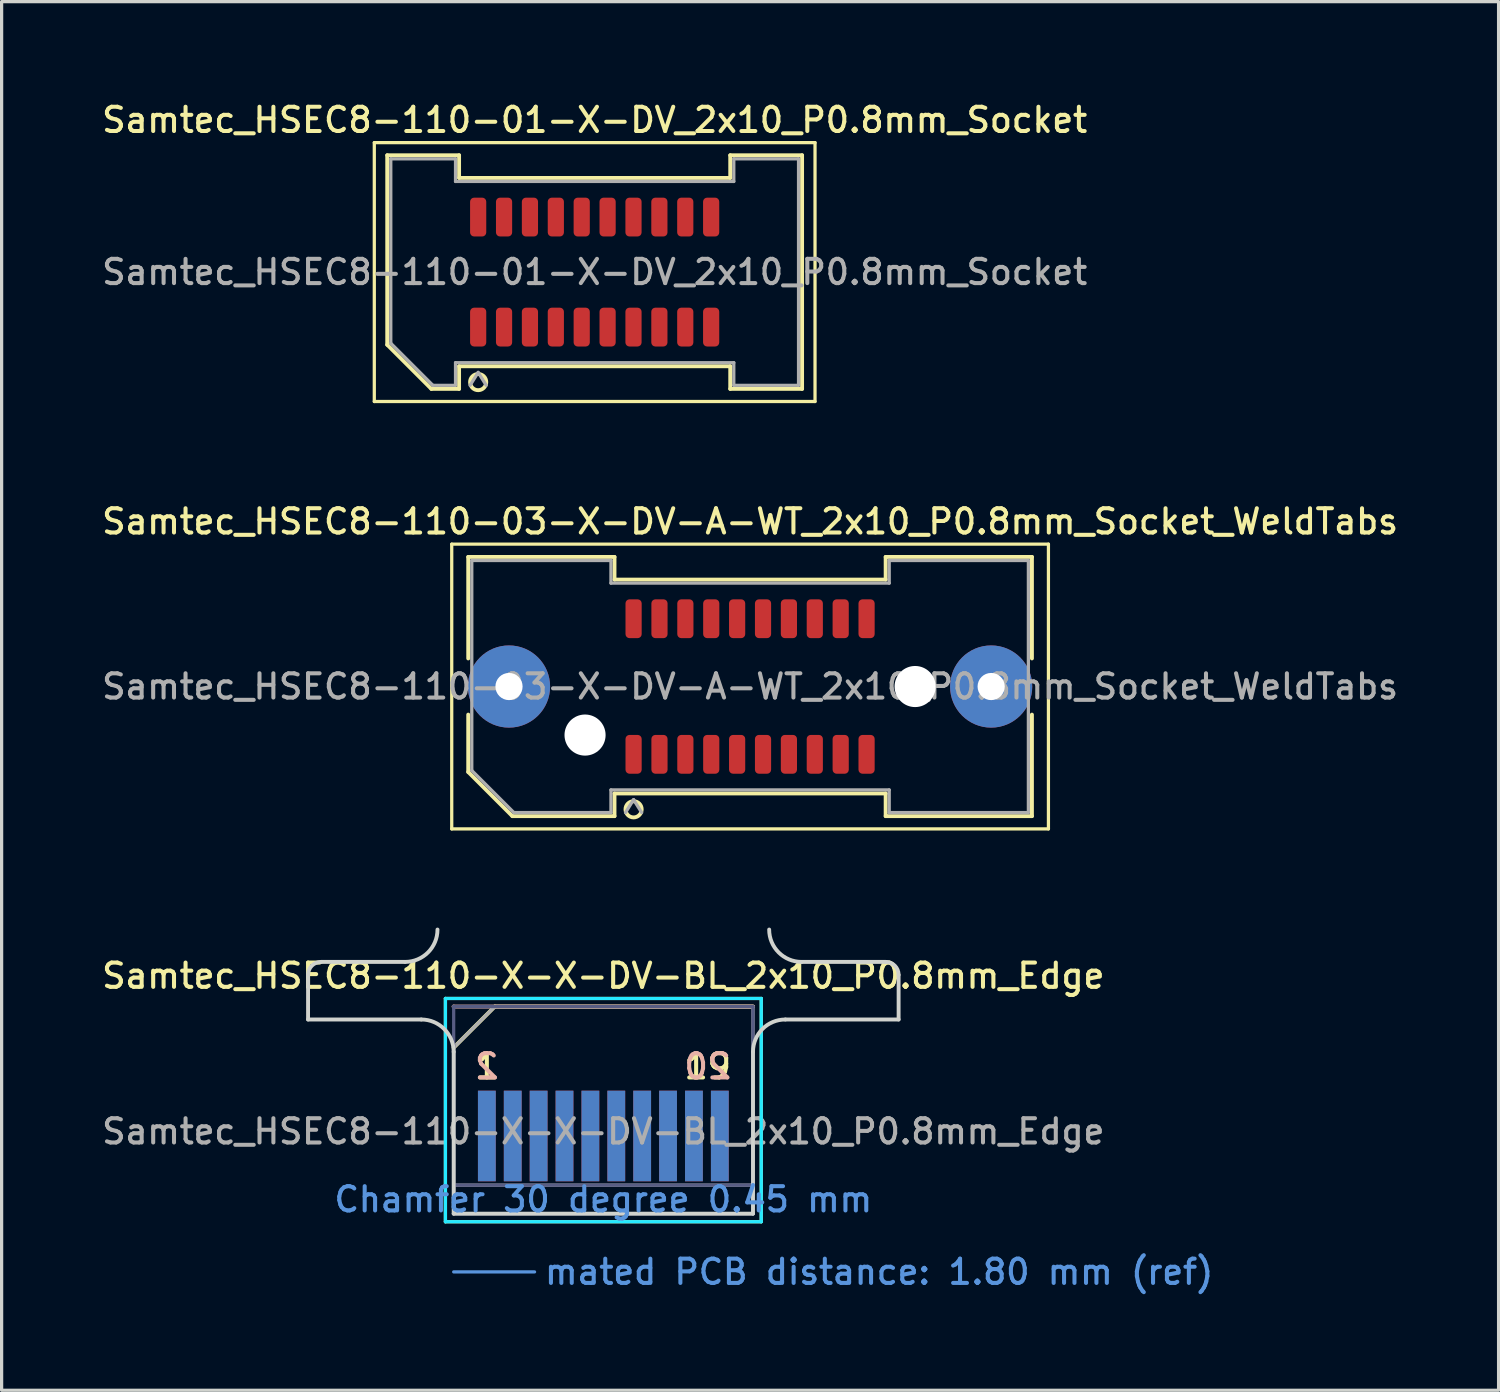
<source format=kicad_pcb>
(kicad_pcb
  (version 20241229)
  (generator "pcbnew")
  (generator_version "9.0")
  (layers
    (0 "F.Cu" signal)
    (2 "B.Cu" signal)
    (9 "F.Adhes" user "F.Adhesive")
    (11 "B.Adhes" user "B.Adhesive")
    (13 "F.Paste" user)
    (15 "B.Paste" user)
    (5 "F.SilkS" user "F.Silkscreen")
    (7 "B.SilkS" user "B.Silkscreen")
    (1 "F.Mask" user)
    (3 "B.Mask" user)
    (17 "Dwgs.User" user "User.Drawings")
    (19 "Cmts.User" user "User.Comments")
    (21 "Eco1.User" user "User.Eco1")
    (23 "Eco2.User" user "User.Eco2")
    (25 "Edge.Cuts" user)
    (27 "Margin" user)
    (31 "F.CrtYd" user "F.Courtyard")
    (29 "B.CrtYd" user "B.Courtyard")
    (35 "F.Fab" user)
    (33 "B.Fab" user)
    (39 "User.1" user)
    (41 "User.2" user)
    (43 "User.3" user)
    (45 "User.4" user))
  (footprint "Samtec_HSEC8-110-X-X-DV-BL_2x10_P0.8mm_Edge"
    (layer "F.Cu")
    (at 15.595 34.456)
    (property "Reference" "Samtec_HSEC8-110-X-X-DV-BL_2x10_P0.8mm_Edge" (at 0 -7.35 0) (layer "F.SilkS") (effects (font (size 0.75 0.75) (thickness 0.125))))
    (attr exclude_from_pos_files exclude_from_bom)
    (fp_line (start -4.88 -6.65) (end -4.88 0.25) (stroke (width 0.1) (type solid)) (layer "F.SilkS"))
    (fp_line (start -4.88 0.25) (end 4.88 0.25) (stroke (width 0.1) (type solid)) (layer "F.SilkS"))
    (fp_line (start -4.625 -5.13) (end -3.355 -6.4) (stroke (width 0.12) (type solid)) (layer "F.SilkS"))
    (fp_line (start -3.355 -6.4) (end 4.625 -6.4) (stroke (width 0.12) (type solid)) (layer "F.SilkS"))
    (fp_line (start 4.88 -6.65) (end -4.88 -6.65) (stroke (width 0.1) (type solid)) (layer "F.SilkS"))
    (fp_line (start 4.88 0.25) (end 4.88 -6.65) (stroke (width 0.1) (type solid)) (layer "F.SilkS"))
    (fp_line (start -4.625 -6.4) (end -4.625 -6.4) (stroke (width 0.12) (type solid)) (layer "B.SilkS"))
    (fp_line (start -4.625 -6.4) (end 4.625 -6.4) (stroke (width 0.12) (type solid)) (layer "B.SilkS"))
    (fp_line (start -4.625 1.8) (end -2.125 1.8) (stroke (width 0.1) (type solid)) (layer "Cmts.User"))
    (fp_line (start -9.125 -6) (end -9.125 -7.38) (stroke (width 0.12) (type solid)) (layer "Edge.Cuts"))
    (fp_line (start -8.725 -7.78) (end -6.125 -7.78) (stroke (width 0.12) (type solid)) (layer "Edge.Cuts"))
    (fp_line (start -5.625 -6) (end -9.125 -6) (stroke (width 0.12) (type solid)) (layer "Edge.Cuts"))
    (fp_line (start -4.625 -5) (end -4.625 0) (stroke (width 0.12) (type solid)) (layer "Edge.Cuts"))
    (fp_line (start -4.625 0) (end 4.625 0) (stroke (width 0.12) (type solid)) (layer "Edge.Cuts"))
    (fp_line (start 4.625 0) (end 4.625 -5) (stroke (width 0.12) (type solid)) (layer "Edge.Cuts"))
    (fp_line (start 5.625 -6) (end 9.125 -6) (stroke (width 0.12) (type solid)) (layer "Edge.Cuts"))
    (fp_line (start 8.725 -7.78) (end 6.125 -7.78) (stroke (width 0.12) (type solid)) (layer "Edge.Cuts"))
    (fp_line (start 9.125 -6) (end 9.125 -7.38) (stroke (width 0.12) (type solid)) (layer "Edge.Cuts"))
    (fp_arc (start -9.125 -7.38) (mid -9.007843 -7.662843) (end -8.725 -7.78) (stroke (width 0.12) (type solid)) (layer "Edge.Cuts"))
    (fp_arc (start -5.625 -6) (mid -4.917893 -5.707107) (end -4.625 -5) (stroke (width 0.12) (type solid)) (layer "Edge.Cuts"))
    (fp_arc (start -5.125 -8.78) (mid -5.417893 -8.072893) (end -6.125 -7.78) (stroke (width 0.12) (type solid)) (layer "Edge.Cuts"))
    (fp_arc (start 4.625 -5) (mid 4.917893 -5.707107) (end 5.625 -6) (stroke (width 0.12) (type solid)) (layer "Edge.Cuts"))
    (fp_arc (start 6.125 -7.78) (mid 5.417893 -8.072893) (end 5.125 -8.78) (stroke (width 0.12) (type solid)) (layer "Edge.Cuts"))
    (fp_arc (start 8.725 -7.78) (mid 9.007843 -7.662843) (end 9.125 -7.38) (stroke (width 0.12) (type solid)) (layer "Edge.Cuts"))
    (fp_line (start -4.88 -6.65) (end -4.88 0.25) (stroke (width 0.1) (type solid)) (layer "B.CrtYd"))
    (fp_line (start -4.88 0.25) (end 4.88 0.25) (stroke (width 0.1) (type solid)) (layer "B.CrtYd"))
    (fp_line (start 4.88 -6.65) (end -4.88 -6.65) (stroke (width 0.1) (type solid)) (layer "B.CrtYd"))
    (fp_line (start 4.88 0.25) (end 4.88 -6.65) (stroke (width 0.1) (type solid)) (layer "B.CrtYd"))
    (fp_line (start -4.625 -6.4) (end -4.625 -6.4) (stroke (width 0.1) (type solid)) (layer "B.Fab"))
    (fp_line (start -4.625 -6.4) (end -4.625 0) (stroke (width 0.1) (type solid)) (layer "B.Fab"))
    (fp_line (start -4.625 -6.4) (end 4.625 -6.4) (stroke (width 0.1) (type solid)) (layer "B.Fab"))
    (fp_line (start -4.625 -0.88) (end 4.625 -0.88) (stroke (width 0.1) (type solid)) (layer "B.Fab"))
    (fp_line (start -4.625 0) (end 4.625 0) (stroke (width 0.1) (type solid)) (layer "B.Fab"))
    (fp_line (start 4.625 -6.4) (end 4.625 0) (stroke (width 0.1) (type solid)) (layer "B.Fab"))
    (fp_line (start -4.625 -5.13) (end -4.625 0) (stroke (width 0.1) (type solid)) (layer "F.Fab"))
    (fp_line (start -4.625 -5.13) (end -3.355 -6.4) (stroke (width 0.1) (type solid)) (layer "F.Fab"))
    (fp_line (start -4.625 -0.88) (end 4.625 -0.88) (stroke (width 0.1) (type solid)) (layer "F.Fab"))
    (fp_line (start -4.625 0) (end 4.625 0) (stroke (width 0.1) (type solid)) (layer "F.Fab"))
    (fp_line (start -3.355 -6.4) (end 4.625 -6.4) (stroke (width 0.1) (type solid)) (layer "F.Fab"))
    (fp_line (start 4.625 -6.4) (end 4.625 0) (stroke (width 0.1) (type solid)) (layer "F.Fab"))
    (fp_text user "19" (at 3.225 -4.55 0) (layer "F.SilkS") (effects (font (size 0.75 0.75) (thickness 0.125))))
    (fp_text user "1" (at -3.6 -4.55 0) (layer "F.SilkS") (effects (font (size 0.75 0.75) (thickness 0.125))))
    (fp_text user "2" (at -3.6 -4.55 0) (layer "B.SilkS") (effects (font (size 0.75 0.75) (thickness 0.125)) (justify mirror)))
    (fp_text user "20" (at 3.225 -4.55 0) (layer "B.SilkS") (effects (font (size 0.75 0.75) (thickness 0.125)) (justify mirror)))
    (fp_text user "Chamfer 30 degree 0.45 mm" (at 0 -0.44 0) (layer "Cmts.User") (effects (font (size 0.75 0.75) (thickness 0.125))))
    (fp_text user "mated PCB distance: 1.80 mm (ref)" (at -1.88 1.8 0) (layer "Cmts.User") (effects (font (size 0.75 0.75) (thickness 0.125)) (justify left)))
    (fp_text user "${REFERENCE}" (at 0 -2.54 0) (layer "F.Fab") (effects (font (size 0.75 0.75) (thickness 0.125))))
    (pad "1" connect rect (at -3.6 -2.4) (size 0.55 2.8) (layers "F.Cu" "F.Mask"))
    (pad "2" connect rect (at -3.6 -2.4) (size 0.55 2.8) (layers "B.Cu" "B.Mask"))
    (pad "3" connect rect (at -2.8 -2.4) (size 0.55 2.8) (layers "F.Cu" "F.Mask"))
    (pad "4" connect rect (at -2.8 -2.4) (size 0.55 2.8) (layers "B.Cu" "B.Mask"))
    (pad "5" connect rect (at -2 -2.4) (size 0.55 2.8) (layers "F.Cu" "F.Mask"))
    (pad "6" connect rect (at -2 -2.4) (size 0.55 2.8) (layers "B.Cu" "B.Mask"))
    (pad "7" connect rect (at -1.2 -2.4) (size 0.55 2.8) (layers "F.Cu" "F.Mask"))
    (pad "8" connect rect (at -1.2 -2.4) (size 0.55 2.8) (layers "B.Cu" "B.Mask"))
    (pad "9" connect rect (at -0.4 -2.4) (size 0.55 2.8) (layers "F.Cu" "F.Mask"))
    (pad "10" connect rect (at -0.4 -2.4) (size 0.55 2.8) (layers "B.Cu" "B.Mask"))
    (pad "11" connect rect (at 0.4 -2.4) (size 0.55 2.8) (layers "F.Cu" "F.Mask"))
    (pad "12" connect rect (at 0.4 -2.4) (size 0.55 2.8) (layers "B.Cu" "B.Mask"))
    (pad "13" connect rect (at 1.2 -2.4) (size 0.55 2.8) (layers "F.Cu" "F.Mask"))
    (pad "14" connect rect (at 1.2 -2.4) (size 0.55 2.8) (layers "B.Cu" "B.Mask"))
    (pad "15" connect rect (at 2 -2.4) (size 0.55 2.8) (layers "F.Cu" "F.Mask"))
    (pad "16" connect rect (at 2 -2.4) (size 0.55 2.8) (layers "B.Cu" "B.Mask"))
    (pad "17" connect rect (at 2.8 -2.4) (size 0.55 2.8) (layers "F.Cu" "F.Mask"))
    (pad "18" connect rect (at 2.8 -2.4) (size 0.55 2.8) (layers "B.Cu" "B.Mask"))
    (pad "19" connect rect (at 3.6 -2.4) (size 0.55 2.8) (layers "F.Cu" "F.Mask"))
    (pad "20" connect rect (at 3.6 -2.4) (size 0.55 2.8) (layers "B.Cu" "B.Mask")))
  (footprint "Samtec_HSEC8-110-03-X-DV-A-WT_2x10_P0.8mm_Socket_WeldTabs"
    (layer "F.Cu")
    (at 20.13 18.166)
    (property "Reference" "Samtec_HSEC8-110-03-X-DV-A-WT_2x10_P0.8mm_Socket_WeldTabs" (at 0 -5.1 0) (layer "F.SilkS") (effects (font (size 0.75 0.75) (thickness 0.125))))
    (attr smd)
    (fp_line (start -9.22 -4.4) (end -9.22 4.4) (stroke (width 0.1) (type solid)) (layer "F.SilkS"))
    (fp_line (start -9.22 4.4) (end 9.22 4.4) (stroke (width 0.1) (type solid)) (layer "F.SilkS"))
    (fp_line (start -8.71 -4.005) (end -4.19 -4.005) (stroke (width 0.12) (type solid)) (layer "F.SilkS"))
    (fp_line (start -8.71 -0.868) (end -8.71 -4.005) (stroke (width 0.12) (type solid)) (layer "F.SilkS"))
    (fp_line (start -8.71 2.641) (end -8.71 0.868) (stroke (width 0.12) (type solid)) (layer "F.SilkS"))
    (fp_line (start -7.346 4.005) (end -8.71 2.641) (stroke (width 0.12) (type solid)) (layer "F.SilkS"))
    (fp_line (start -4.19 -4.005) (end -4.19 -3.305) (stroke (width 0.12) (type solid)) (layer "F.SilkS"))
    (fp_line (start -4.19 -3.305) (end 4.19 -3.305) (stroke (width 0.12) (type solid)) (layer "F.SilkS"))
    (fp_line (start -4.19 3.305) (end -4.19 4.005) (stroke (width 0.12) (type solid)) (layer "F.SilkS"))
    (fp_line (start -4.19 4.005) (end -7.346 4.005) (stroke (width 0.12) (type solid)) (layer "F.SilkS"))
    (fp_line (start 4.19 -4.005) (end 8.71 -4.005) (stroke (width 0.12) (type solid)) (layer "F.SilkS"))
    (fp_line (start 4.19 -3.305) (end 4.19 -4.005) (stroke (width 0.12) (type solid)) (layer "F.SilkS"))
    (fp_line (start 4.19 3.305) (end -4.19 3.305) (stroke (width 0.12) (type solid)) (layer "F.SilkS"))
    (fp_line (start 4.19 4.005) (end 4.19 3.305) (stroke (width 0.12) (type solid)) (layer "F.SilkS"))
    (fp_line (start 8.71 -4.005) (end 8.71 -0.868) (stroke (width 0.12) (type solid)) (layer "F.SilkS"))
    (fp_line (start 8.71 0.868) (end 8.71 4.005) (stroke (width 0.12) (type solid)) (layer "F.SilkS"))
    (fp_line (start 8.71 4.005) (end 4.19 4.005) (stroke (width 0.12) (type solid)) (layer "F.SilkS"))
    (fp_line (start 9.22 -4.4) (end -9.22 -4.4) (stroke (width 0.1) (type solid)) (layer "F.SilkS"))
    (fp_line (start 9.22 4.4) (end 9.22 -4.4) (stroke (width 0.1) (type solid)) (layer "F.SilkS"))
    (fp_arc (start -3.35 3.795) (mid -3.85 3.795) (end -3.35 3.795) (stroke (width 0.12) (type solid)) (layer "F.SilkS"))
    (fp_line (start -8.6 -3.895) (end -4.3 -3.895) (stroke (width 0.1) (type solid)) (layer "F.Fab"))
    (fp_line (start -8.6 2.595) (end -8.6 -3.895) (stroke (width 0.1) (type solid)) (layer "F.Fab"))
    (fp_line (start -7.3 3.895) (end -8.6 2.595) (stroke (width 0.1) (type solid)) (layer "F.Fab"))
    (fp_line (start -4.3 -3.895) (end -4.3 -3.195) (stroke (width 0.1) (type solid)) (layer "F.Fab"))
    (fp_line (start -4.3 -3.195) (end 4.3 -3.195) (stroke (width 0.1) (type solid)) (layer "F.Fab"))
    (fp_line (start -4.3 3.195) (end -4.3 3.895) (stroke (width 0.1) (type solid)) (layer "F.Fab"))
    (fp_line (start -4.3 3.895) (end -7.3 3.895) (stroke (width 0.1) (type solid)) (layer "F.Fab"))
    (fp_line (start -3.6 3.495) (end -3.85 3.895) (stroke (width 0.1) (type solid)) (layer "F.Fab"))
    (fp_line (start -3.6 3.495) (end -3.35 3.895) (stroke (width 0.1) (type solid)) (layer "F.Fab"))
    (fp_line (start 4.3 -3.895) (end 8.6 -3.895) (stroke (width 0.1) (type solid)) (layer "F.Fab"))
    (fp_line (start 4.3 -3.195) (end 4.3 -3.895) (stroke (width 0.1) (type solid)) (layer "F.Fab"))
    (fp_line (start 4.3 3.195) (end -4.3 3.195) (stroke (width 0.1) (type solid)) (layer "F.Fab"))
    (fp_line (start 4.3 3.895) (end 4.3 3.195) (stroke (width 0.1) (type solid)) (layer "F.Fab"))
    (fp_line (start 8.6 -3.895) (end 8.6 3.895) (stroke (width 0.1) (type solid)) (layer "F.Fab"))
    (fp_line (start 8.6 3.895) (end 4.3 3.895) (stroke (width 0.1) (type solid)) (layer "F.Fab"))
    (fp_text user "${REFERENCE}" (at 0 0 0) (layer "F.Fab") (effects (font (size 0.75 0.75) (thickness 0.125))))
    (pad "" thru_hole circle (at -7.45 0) (size 2.54 2.54) (drill 0.84) (layers "*.Cu" "*.Mask" "F.Paste"))
    (pad "" np_thru_hole circle (at -5.1 1.5) (size 1.27 1.27) (drill 1.27) (layers "*.Cu" "*.Mask"))
    (pad "" np_thru_hole circle (at 5.1 0) (size 1.27 1.27) (drill 1.27) (layers "*.Cu" "*.Mask"))
    (pad "" thru_hole circle (at 7.45 0) (size 2.54 2.54) (drill 0.84) (layers "*.Cu" "*.Mask" "F.Paste"))
    (pad "1" smd roundrect (at -3.6 2.095) (size 0.5 1.2) (layers "F.Cu" "F.Mask" "F.Paste") (roundrect_rratio 0.25))
    (pad "2" smd roundrect (at -3.6 -2.095) (size 0.5 1.2) (layers "F.Cu" "F.Mask" "F.Paste") (roundrect_rratio 0.25))
    (pad "3" smd roundrect (at -2.8 2.095) (size 0.5 1.2) (layers "F.Cu" "F.Mask" "F.Paste") (roundrect_rratio 0.25))
    (pad "4" smd roundrect (at -2.8 -2.095) (size 0.5 1.2) (layers "F.Cu" "F.Mask" "F.Paste") (roundrect_rratio 0.25))
    (pad "5" smd roundrect (at -2 2.095) (size 0.5 1.2) (layers "F.Cu" "F.Mask" "F.Paste") (roundrect_rratio 0.25))
    (pad "6" smd roundrect (at -2 -2.095) (size 0.5 1.2) (layers "F.Cu" "F.Mask" "F.Paste") (roundrect_rratio 0.25))
    (pad "7" smd roundrect (at -1.2 2.095) (size 0.5 1.2) (layers "F.Cu" "F.Mask" "F.Paste") (roundrect_rratio 0.25))
    (pad "8" smd roundrect (at -1.2 -2.095) (size 0.5 1.2) (layers "F.Cu" "F.Mask" "F.Paste") (roundrect_rratio 0.25))
    (pad "9" smd roundrect (at -0.4 2.095) (size 0.5 1.2) (layers "F.Cu" "F.Mask" "F.Paste") (roundrect_rratio 0.25))
    (pad "10" smd roundrect (at -0.4 -2.095) (size 0.5 1.2) (layers "F.Cu" "F.Mask" "F.Paste") (roundrect_rratio 0.25))
    (pad "11" smd roundrect (at 0.4 2.095) (size 0.5 1.2) (layers "F.Cu" "F.Mask" "F.Paste") (roundrect_rratio 0.25))
    (pad "12" smd roundrect (at 0.4 -2.095) (size 0.5 1.2) (layers "F.Cu" "F.Mask" "F.Paste") (roundrect_rratio 0.25))
    (pad "13" smd roundrect (at 1.2 2.095) (size 0.5 1.2) (layers "F.Cu" "F.Mask" "F.Paste") (roundrect_rratio 0.25))
    (pad "14" smd roundrect (at 1.2 -2.095) (size 0.5 1.2) (layers "F.Cu" "F.Mask" "F.Paste") (roundrect_rratio 0.25))
    (pad "15" smd roundrect (at 2 2.095) (size 0.5 1.2) (layers "F.Cu" "F.Mask" "F.Paste") (roundrect_rratio 0.25))
    (pad "16" smd roundrect (at 2 -2.095) (size 0.5 1.2) (layers "F.Cu" "F.Mask" "F.Paste") (roundrect_rratio 0.25))
    (pad "17" smd roundrect (at 2.8 2.095) (size 0.5 1.2) (layers "F.Cu" "F.Mask" "F.Paste") (roundrect_rratio 0.25))
    (pad "18" smd roundrect (at 2.8 -2.095) (size 0.5 1.2) (layers "F.Cu" "F.Mask" "F.Paste") (roundrect_rratio 0.25))
    (pad "19" smd roundrect (at 3.6 2.095) (size 0.5 1.2) (layers "F.Cu" "F.Mask" "F.Paste") (roundrect_rratio 0.25))
    (pad "20" smd roundrect (at 3.6 -2.095) (size 0.5 1.2) (layers "F.Cu" "F.Mask" "F.Paste") (roundrect_rratio 0.25)))
  (footprint "Samtec_HSEC8-110-01-X-DV_2x10_P0.8mm_Socket"
    (layer "F.Cu")
    (at 15.327 5.358)
    (property "Reference" "Samtec_HSEC8-110-01-X-DV_2x10_P0.8mm_Socket" (at 0 -4.7 0) (layer "F.SilkS") (effects (font (size 0.75 0.75) (thickness 0.125))))
    (attr smd)
    (fp_line (start -6.81 -4) (end -6.81 4) (stroke (width 0.1) (type solid)) (layer "F.SilkS"))
    (fp_line (start -6.81 4) (end 6.81 4) (stroke (width 0.1) (type solid)) (layer "F.SilkS"))
    (fp_line (start -6.41 -3.61) (end -4.19 -3.61) (stroke (width 0.12) (type solid)) (layer "F.SilkS"))
    (fp_line (start -6.41 2.246) (end -6.41 -3.61) (stroke (width 0.12) (type solid)) (layer "F.SilkS"))
    (fp_line (start -5.046 3.61) (end -6.41 2.246) (stroke (width 0.12) (type solid)) (layer "F.SilkS"))
    (fp_line (start -4.19 -3.61) (end -4.19 -2.91) (stroke (width 0.12) (type solid)) (layer "F.SilkS"))
    (fp_line (start -4.19 -2.91) (end 4.19 -2.91) (stroke (width 0.12) (type solid)) (layer "F.SilkS"))
    (fp_line (start -4.19 2.91) (end -4.19 3.61) (stroke (width 0.12) (type solid)) (layer "F.SilkS"))
    (fp_line (start -4.19 3.61) (end -5.046 3.61) (stroke (width 0.12) (type solid)) (layer "F.SilkS"))
    (fp_line (start 4.19 -3.61) (end 6.41 -3.61) (stroke (width 0.12) (type solid)) (layer "F.SilkS"))
    (fp_line (start 4.19 -2.91) (end 4.19 -3.61) (stroke (width 0.12) (type solid)) (layer "F.SilkS"))
    (fp_line (start 4.19 2.91) (end -4.19 2.91) (stroke (width 0.12) (type solid)) (layer "F.SilkS"))
    (fp_line (start 4.19 3.61) (end 4.19 2.91) (stroke (width 0.12) (type solid)) (layer "F.SilkS"))
    (fp_line (start 6.41 -3.61) (end 6.41 3.61) (stroke (width 0.12) (type solid)) (layer "F.SilkS"))
    (fp_line (start 6.41 3.61) (end 4.19 3.61) (stroke (width 0.12) (type solid)) (layer "F.SilkS"))
    (fp_line (start 6.81 -4) (end -6.81 -4) (stroke (width 0.1) (type solid)) (layer "F.SilkS"))
    (fp_line (start 6.81 4) (end 6.81 -4) (stroke (width 0.1) (type solid)) (layer "F.SilkS"))
    (fp_arc (start -3.35 3.4) (mid -3.85 3.4) (end -3.35 3.4) (stroke (width 0.12) (type solid)) (layer "F.SilkS"))
    (fp_line (start -6.3 -3.5) (end -4.3 -3.5) (stroke (width 0.1) (type solid)) (layer "F.Fab"))
    (fp_line (start -6.3 2.2) (end -6.3 -3.5) (stroke (width 0.1) (type solid)) (layer "F.Fab"))
    (fp_line (start -5 3.5) (end -6.3 2.2) (stroke (width 0.1) (type solid)) (layer "F.Fab"))
    (fp_line (start -4.3 -3.5) (end -4.3 -2.8) (stroke (width 0.1) (type solid)) (layer "F.Fab"))
    (fp_line (start -4.3 -2.8) (end 4.3 -2.8) (stroke (width 0.1) (type solid)) (layer "F.Fab"))
    (fp_line (start -4.3 2.8) (end -4.3 3.5) (stroke (width 0.1) (type solid)) (layer "F.Fab"))
    (fp_line (start -4.3 3.5) (end -5 3.5) (stroke (width 0.1) (type solid)) (layer "F.Fab"))
    (fp_line (start -3.6 3.1) (end -3.85 3.5) (stroke (width 0.1) (type solid)) (layer "F.Fab"))
    (fp_line (start -3.6 3.1) (end -3.35 3.5) (stroke (width 0.1) (type solid)) (layer "F.Fab"))
    (fp_line (start 4.3 -3.5) (end 6.3 -3.5) (stroke (width 0.1) (type solid)) (layer "F.Fab"))
    (fp_line (start 4.3 -2.8) (end 4.3 -3.5) (stroke (width 0.1) (type solid)) (layer "F.Fab"))
    (fp_line (start 4.3 2.8) (end -4.3 2.8) (stroke (width 0.1) (type solid)) (layer "F.Fab"))
    (fp_line (start 4.3 3.5) (end 4.3 2.8) (stroke (width 0.1) (type solid)) (layer "F.Fab"))
    (fp_line (start 6.3 -3.5) (end 6.3 3.5) (stroke (width 0.1) (type solid)) (layer "F.Fab"))
    (fp_line (start 6.3 3.5) (end 4.3 3.5) (stroke (width 0.1) (type solid)) (layer "F.Fab"))
    (fp_text user "${REFERENCE}" (at 0 0 0) (layer "F.Fab") (effects (font (size 0.75 0.75) (thickness 0.125))))
    (pad "1" smd roundrect (at -3.6 1.7) (size 0.5 1.2) (layers "F.Cu" "F.Mask" "F.Paste") (roundrect_rratio 0.25))
    (pad "2" smd roundrect (at -3.6 -1.7) (size 0.5 1.2) (layers "F.Cu" "F.Mask" "F.Paste") (roundrect_rratio 0.25))
    (pad "3" smd roundrect (at -2.8 1.7) (size 0.5 1.2) (layers "F.Cu" "F.Mask" "F.Paste") (roundrect_rratio 0.25))
    (pad "4" smd roundrect (at -2.8 -1.7) (size 0.5 1.2) (layers "F.Cu" "F.Mask" "F.Paste") (roundrect_rratio 0.25))
    (pad "5" smd roundrect (at -2 1.7) (size 0.5 1.2) (layers "F.Cu" "F.Mask" "F.Paste") (roundrect_rratio 0.25))
    (pad "6" smd roundrect (at -2 -1.7) (size 0.5 1.2) (layers "F.Cu" "F.Mask" "F.Paste") (roundrect_rratio 0.25))
    (pad "7" smd roundrect (at -1.2 1.7) (size 0.5 1.2) (layers "F.Cu" "F.Mask" "F.Paste") (roundrect_rratio 0.25))
    (pad "8" smd roundrect (at -1.2 -1.7) (size 0.5 1.2) (layers "F.Cu" "F.Mask" "F.Paste") (roundrect_rratio 0.25))
    (pad "9" smd roundrect (at -0.4 1.7) (size 0.5 1.2) (layers "F.Cu" "F.Mask" "F.Paste") (roundrect_rratio 0.25))
    (pad "10" smd roundrect (at -0.4 -1.7) (size 0.5 1.2) (layers "F.Cu" "F.Mask" "F.Paste") (roundrect_rratio 0.25))
    (pad "11" smd roundrect (at 0.4 1.7) (size 0.5 1.2) (layers "F.Cu" "F.Mask" "F.Paste") (roundrect_rratio 0.25))
    (pad "12" smd roundrect (at 0.4 -1.7) (size 0.5 1.2) (layers "F.Cu" "F.Mask" "F.Paste") (roundrect_rratio 0.25))
    (pad "13" smd roundrect (at 1.2 1.7) (size 0.5 1.2) (layers "F.Cu" "F.Mask" "F.Paste") (roundrect_rratio 0.25))
    (pad "14" smd roundrect (at 1.2 -1.7) (size 0.5 1.2) (layers "F.Cu" "F.Mask" "F.Paste") (roundrect_rratio 0.25))
    (pad "15" smd roundrect (at 2 1.7) (size 0.5 1.2) (layers "F.Cu" "F.Mask" "F.Paste") (roundrect_rratio 0.25))
    (pad "16" smd roundrect (at 2 -1.7) (size 0.5 1.2) (layers "F.Cu" "F.Mask" "F.Paste") (roundrect_rratio 0.25))
    (pad "17" smd roundrect (at 2.8 1.7) (size 0.5 1.2) (layers "F.Cu" "F.Mask" "F.Paste") (roundrect_rratio 0.25))
    (pad "18" smd roundrect (at 2.8 -1.7) (size 0.5 1.2) (layers "F.Cu" "F.Mask" "F.Paste") (roundrect_rratio 0.25))
    (pad "19" smd roundrect (at 3.6 1.7) (size 0.5 1.2) (layers "F.Cu" "F.Mask" "F.Paste") (roundrect_rratio 0.25))
    (pad "20" smd roundrect (at 3.6 -1.7) (size 0.5 1.2) (layers "F.Cu" "F.Mask" "F.Paste") (roundrect_rratio 0.25)))
  (gr_rect
    (start -3 -3)
    (end 43.261 39.914)
    (stroke (width 0.1) (type default))
    (fill no)
    (layer "Edge.Cuts")))
</source>
